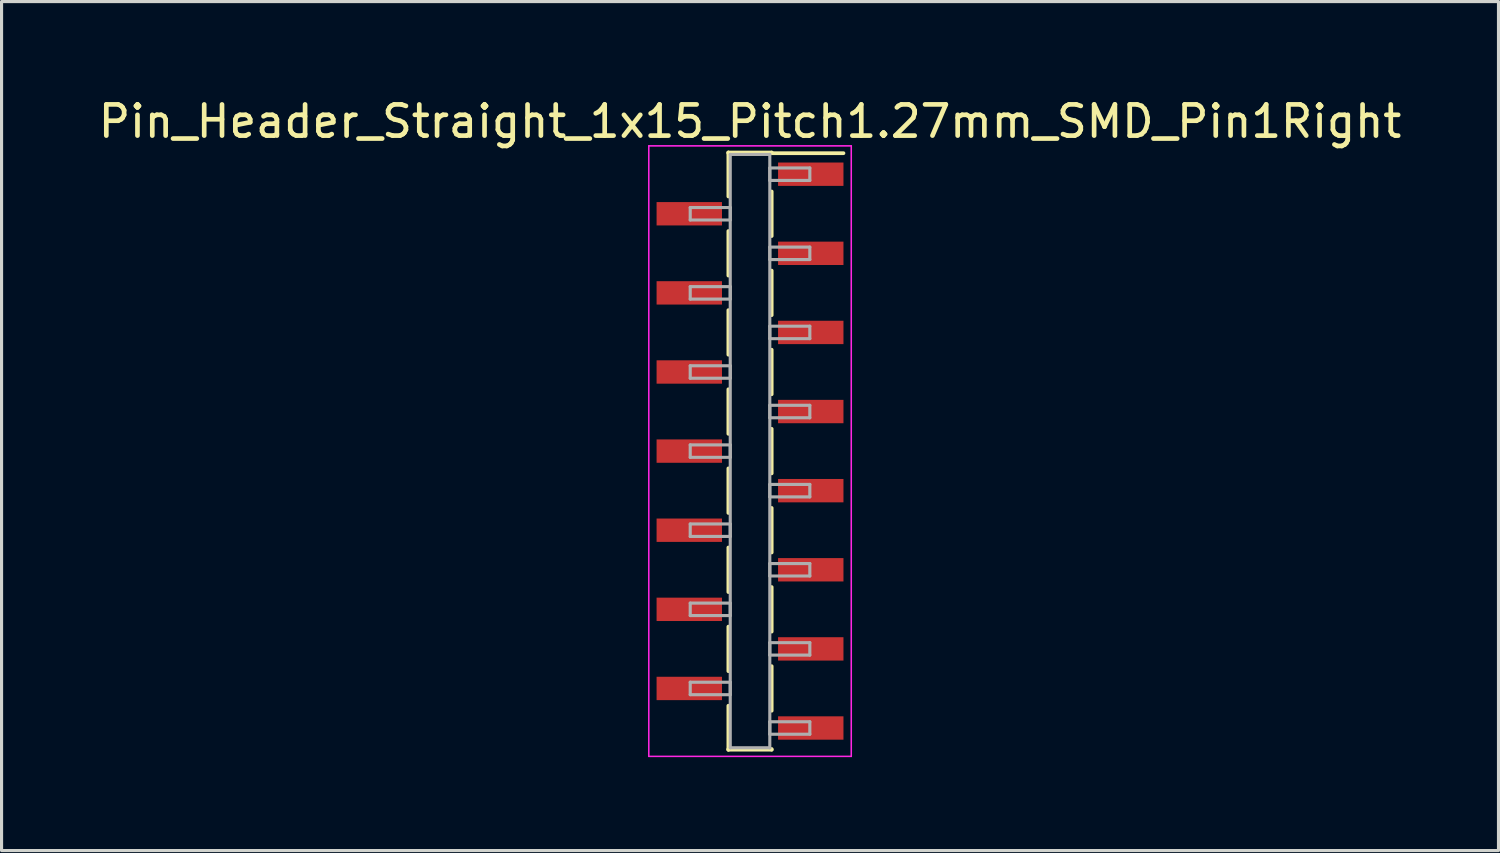
<source format=kicad_pcb>
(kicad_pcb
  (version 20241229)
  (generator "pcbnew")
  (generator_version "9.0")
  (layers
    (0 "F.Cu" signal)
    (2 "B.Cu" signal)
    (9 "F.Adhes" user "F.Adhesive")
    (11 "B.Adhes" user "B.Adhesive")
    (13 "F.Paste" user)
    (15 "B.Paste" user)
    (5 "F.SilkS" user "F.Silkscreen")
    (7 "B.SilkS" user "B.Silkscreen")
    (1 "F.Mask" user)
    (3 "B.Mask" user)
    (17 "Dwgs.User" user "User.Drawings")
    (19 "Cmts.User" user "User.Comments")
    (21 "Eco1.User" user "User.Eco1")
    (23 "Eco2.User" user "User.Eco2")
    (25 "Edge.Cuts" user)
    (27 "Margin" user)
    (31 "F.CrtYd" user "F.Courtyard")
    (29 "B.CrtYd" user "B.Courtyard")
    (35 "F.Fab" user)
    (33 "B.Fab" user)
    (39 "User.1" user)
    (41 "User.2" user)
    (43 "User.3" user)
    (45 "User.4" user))
  (footprint "Pin_Header_Straight_1x15_Pitch1.27mm_SMD_Pin1Right"
    (layer "F.Cu")
    (at 21.03 11.433)
    (property "Reference" "Pin_Header_Straight_1x15_Pitch1.27mm_SMD_Pin1Right" (at 0 -10.585 0) (layer "F.SilkS") (effects (font (size 1 1) (thickness 0.15))))
    (attr smd)
    (fp_line (start -0.695 -9.585) (end -0.695 -8.175) (stroke (width 0.12) (type solid)) (layer "F.SilkS"))
    (fp_line (start -0.695 -9.585) (end 0.695 -9.585) (stroke (width 0.12) (type solid)) (layer "F.SilkS"))
    (fp_line (start -0.695 -9.565) (end -0.695 -9.585) (stroke (width 0.12) (type solid)) (layer "F.SilkS"))
    (fp_line (start -0.695 -7.065) (end -0.695 -5.635) (stroke (width 0.12) (type solid)) (layer "F.SilkS"))
    (fp_line (start -0.695 -4.525) (end -0.695 -3.095) (stroke (width 0.12) (type solid)) (layer "F.SilkS"))
    (fp_line (start -0.695 -1.985) (end -0.695 -0.555) (stroke (width 0.12) (type solid)) (layer "F.SilkS"))
    (fp_line (start -0.695 0.555) (end -0.695 1.985) (stroke (width 0.12) (type solid)) (layer "F.SilkS"))
    (fp_line (start -0.695 3.095) (end -0.695 4.525) (stroke (width 0.12) (type solid)) (layer "F.SilkS"))
    (fp_line (start -0.695 5.635) (end -0.695 7.065) (stroke (width 0.12) (type solid)) (layer "F.SilkS"))
    (fp_line (start -0.695 8.175) (end -0.695 9.585) (stroke (width 0.12) (type solid)) (layer "F.SilkS"))
    (fp_line (start -0.695 9.565) (end -0.695 9.585) (stroke (width 0.12) (type solid)) (layer "F.SilkS"))
    (fp_line (start -0.695 9.585) (end 0.695 9.585) (stroke (width 0.12) (type solid)) (layer "F.SilkS"))
    (fp_line (start 0.695 -9.585) (end 0.695 -9.565) (stroke (width 0.12) (type solid)) (layer "F.SilkS"))
    (fp_line (start 0.695 -9.565) (end 3 -9.565) (stroke (width 0.12) (type solid)) (layer "F.SilkS"))
    (fp_line (start 0.695 -8.335) (end 0.695 -6.905) (stroke (width 0.12) (type solid)) (layer "F.SilkS"))
    (fp_line (start 0.695 -5.795) (end 0.695 -4.365) (stroke (width 0.12) (type solid)) (layer "F.SilkS"))
    (fp_line (start 0.695 -3.255) (end 0.695 -1.825) (stroke (width 0.12) (type solid)) (layer "F.SilkS"))
    (fp_line (start 0.695 -0.715) (end 0.695 0.715) (stroke (width 0.12) (type solid)) (layer "F.SilkS"))
    (fp_line (start 0.695 1.825) (end 0.695 3.255) (stroke (width 0.12) (type solid)) (layer "F.SilkS"))
    (fp_line (start 0.695 4.365) (end 0.695 5.795) (stroke (width 0.12) (type solid)) (layer "F.SilkS"))
    (fp_line (start 0.695 6.905) (end 0.695 8.335) (stroke (width 0.12) (type solid)) (layer "F.SilkS"))
    (fp_line (start 0.695 9.585) (end 0.695 9.565) (stroke (width 0.12) (type solid)) (layer "F.SilkS"))
    (fp_line (start -3.25 -9.8) (end -3.25 9.8) (stroke (width 0.05) (type solid)) (layer "F.CrtYd"))
    (fp_line (start -3.25 9.8) (end 3.25 9.8) (stroke (width 0.05) (type solid)) (layer "F.CrtYd"))
    (fp_line (start 3.25 -9.8) (end -3.25 -9.8) (stroke (width 0.05) (type solid)) (layer "F.CrtYd"))
    (fp_line (start 3.25 9.8) (end 3.25 -9.8) (stroke (width 0.05) (type solid)) (layer "F.CrtYd"))
    (fp_line (start -1.92 -7.82) (end -0.635 -7.82) (stroke (width 0.1) (type solid)) (layer "F.Fab"))
    (fp_line (start -1.92 -7.42) (end -1.92 -7.82) (stroke (width 0.1) (type solid)) (layer "F.Fab"))
    (fp_line (start -1.92 -5.28) (end -0.635 -5.28) (stroke (width 0.1) (type solid)) (layer "F.Fab"))
    (fp_line (start -1.92 -4.88) (end -1.92 -5.28) (stroke (width 0.1) (type solid)) (layer "F.Fab"))
    (fp_line (start -1.92 -2.74) (end -0.635 -2.74) (stroke (width 0.1) (type solid)) (layer "F.Fab"))
    (fp_line (start -1.92 -2.34) (end -1.92 -2.74) (stroke (width 0.1) (type solid)) (layer "F.Fab"))
    (fp_line (start -1.92 -0.2) (end -0.635 -0.2) (stroke (width 0.1) (type solid)) (layer "F.Fab"))
    (fp_line (start -1.92 0.2) (end -1.92 -0.2) (stroke (width 0.1) (type solid)) (layer "F.Fab"))
    (fp_line (start -1.92 2.34) (end -0.635 2.34) (stroke (width 0.1) (type solid)) (layer "F.Fab"))
    (fp_line (start -1.92 2.74) (end -1.92 2.34) (stroke (width 0.1) (type solid)) (layer "F.Fab"))
    (fp_line (start -1.92 4.88) (end -0.635 4.88) (stroke (width 0.1) (type solid)) (layer "F.Fab"))
    (fp_line (start -1.92 5.28) (end -1.92 4.88) (stroke (width 0.1) (type solid)) (layer "F.Fab"))
    (fp_line (start -1.92 7.42) (end -0.635 7.42) (stroke (width 0.1) (type solid)) (layer "F.Fab"))
    (fp_line (start -1.92 7.82) (end -1.92 7.42) (stroke (width 0.1) (type solid)) (layer "F.Fab"))
    (fp_line (start -0.635 -9.525) (end -0.635 9.525) (stroke (width 0.1) (type solid)) (layer "F.Fab"))
    (fp_line (start -0.635 -7.82) (end -0.635 -7.42) (stroke (width 0.1) (type solid)) (layer "F.Fab"))
    (fp_line (start -0.635 -7.42) (end -1.92 -7.42) (stroke (width 0.1) (type solid)) (layer "F.Fab"))
    (fp_line (start -0.635 -5.28) (end -0.635 -4.88) (stroke (width 0.1) (type solid)) (layer "F.Fab"))
    (fp_line (start -0.635 -4.88) (end -1.92 -4.88) (stroke (width 0.1) (type solid)) (layer "F.Fab"))
    (fp_line (start -0.635 -2.74) (end -0.635 -2.34) (stroke (width 0.1) (type solid)) (layer "F.Fab"))
    (fp_line (start -0.635 -2.34) (end -1.92 -2.34) (stroke (width 0.1) (type solid)) (layer "F.Fab"))
    (fp_line (start -0.635 -0.2) (end -0.635 0.2) (stroke (width 0.1) (type solid)) (layer "F.Fab"))
    (fp_line (start -0.635 0.2) (end -1.92 0.2) (stroke (width 0.1) (type solid)) (layer "F.Fab"))
    (fp_line (start -0.635 2.34) (end -0.635 2.74) (stroke (width 0.1) (type solid)) (layer "F.Fab"))
    (fp_line (start -0.635 2.74) (end -1.92 2.74) (stroke (width 0.1) (type solid)) (layer "F.Fab"))
    (fp_line (start -0.635 4.88) (end -0.635 5.28) (stroke (width 0.1) (type solid)) (layer "F.Fab"))
    (fp_line (start -0.635 5.28) (end -1.92 5.28) (stroke (width 0.1) (type solid)) (layer "F.Fab"))
    (fp_line (start -0.635 7.42) (end -0.635 7.82) (stroke (width 0.1) (type solid)) (layer "F.Fab"))
    (fp_line (start -0.635 7.82) (end -1.92 7.82) (stroke (width 0.1) (type solid)) (layer "F.Fab"))
    (fp_line (start -0.635 9.525) (end 0.635 9.525) (stroke (width 0.1) (type solid)) (layer "F.Fab"))
    (fp_line (start 0.635 -9.525) (end -0.635 -9.525) (stroke (width 0.1) (type solid)) (layer "F.Fab"))
    (fp_line (start 0.635 -9.09) (end 0.635 -8.69) (stroke (width 0.1) (type solid)) (layer "F.Fab"))
    (fp_line (start 0.635 -8.69) (end 1.92 -8.69) (stroke (width 0.1) (type solid)) (layer "F.Fab"))
    (fp_line (start 0.635 -6.55) (end 0.635 -6.15) (stroke (width 0.1) (type solid)) (layer "F.Fab"))
    (fp_line (start 0.635 -6.15) (end 1.92 -6.15) (stroke (width 0.1) (type solid)) (layer "F.Fab"))
    (fp_line (start 0.635 -4.01) (end 0.635 -3.61) (stroke (width 0.1) (type solid)) (layer "F.Fab"))
    (fp_line (start 0.635 -3.61) (end 1.92 -3.61) (stroke (width 0.1) (type solid)) (layer "F.Fab"))
    (fp_line (start 0.635 -1.47) (end 0.635 -1.07) (stroke (width 0.1) (type solid)) (layer "F.Fab"))
    (fp_line (start 0.635 -1.07) (end 1.92 -1.07) (stroke (width 0.1) (type solid)) (layer "F.Fab"))
    (fp_line (start 0.635 1.07) (end 0.635 1.47) (stroke (width 0.1) (type solid)) (layer "F.Fab"))
    (fp_line (start 0.635 1.47) (end 1.92 1.47) (stroke (width 0.1) (type solid)) (layer "F.Fab"))
    (fp_line (start 0.635 3.61) (end 0.635 4.01) (stroke (width 0.1) (type solid)) (layer "F.Fab"))
    (fp_line (start 0.635 4.01) (end 1.92 4.01) (stroke (width 0.1) (type solid)) (layer "F.Fab"))
    (fp_line (start 0.635 6.15) (end 0.635 6.55) (stroke (width 0.1) (type solid)) (layer "F.Fab"))
    (fp_line (start 0.635 6.55) (end 1.92 6.55) (stroke (width 0.1) (type solid)) (layer "F.Fab"))
    (fp_line (start 0.635 8.69) (end 0.635 9.09) (stroke (width 0.1) (type solid)) (layer "F.Fab"))
    (fp_line (start 0.635 9.09) (end 1.92 9.09) (stroke (width 0.1) (type solid)) (layer "F.Fab"))
    (fp_line (start 0.635 9.525) (end 0.635 -9.525) (stroke (width 0.1) (type solid)) (layer "F.Fab"))
    (fp_line (start 1.92 -9.09) (end 0.635 -9.09) (stroke (width 0.1) (type solid)) (layer "F.Fab"))
    (fp_line (start 1.92 -8.69) (end 1.92 -9.09) (stroke (width 0.1) (type solid)) (layer "F.Fab"))
    (fp_line (start 1.92 -6.55) (end 0.635 -6.55) (stroke (width 0.1) (type solid)) (layer "F.Fab"))
    (fp_line (start 1.92 -6.15) (end 1.92 -6.55) (stroke (width 0.1) (type solid)) (layer "F.Fab"))
    (fp_line (start 1.92 -4.01) (end 0.635 -4.01) (stroke (width 0.1) (type solid)) (layer "F.Fab"))
    (fp_line (start 1.92 -3.61) (end 1.92 -4.01) (stroke (width 0.1) (type solid)) (layer "F.Fab"))
    (fp_line (start 1.92 -1.47) (end 0.635 -1.47) (stroke (width 0.1) (type solid)) (layer "F.Fab"))
    (fp_line (start 1.92 -1.07) (end 1.92 -1.47) (stroke (width 0.1) (type solid)) (layer "F.Fab"))
    (fp_line (start 1.92 1.07) (end 0.635 1.07) (stroke (width 0.1) (type solid)) (layer "F.Fab"))
    (fp_line (start 1.92 1.47) (end 1.92 1.07) (stroke (width 0.1) (type solid)) (layer "F.Fab"))
    (fp_line (start 1.92 3.61) (end 0.635 3.61) (stroke (width 0.1) (type solid)) (layer "F.Fab"))
    (fp_line (start 1.92 4.01) (end 1.92 3.61) (stroke (width 0.1) (type solid)) (layer "F.Fab"))
    (fp_line (start 1.92 6.15) (end 0.635 6.15) (stroke (width 0.1) (type solid)) (layer "F.Fab"))
    (fp_line (start 1.92 6.55) (end 1.92 6.15) (stroke (width 0.1) (type solid)) (layer "F.Fab"))
    (fp_line (start 1.92 8.69) (end 0.635 8.69) (stroke (width 0.1) (type solid)) (layer "F.Fab"))
    (fp_line (start 1.92 9.09) (end 1.92 8.69) (stroke (width 0.1) (type solid)) (layer "F.Fab"))
    (pad "1" smd rect (at 1.95 -8.89) (size 2.1 0.75) (layers "F.Cu" "F.Mask"))
    (pad "2" smd rect (at -1.95 -7.62) (size 2.1 0.75) (layers "F.Cu" "F.Mask"))
    (pad "3" smd rect (at 1.95 -6.35) (size 2.1 0.75) (layers "F.Cu" "F.Mask"))
    (pad "4" smd rect (at -1.95 -5.08) (size 2.1 0.75) (layers "F.Cu" "F.Mask"))
    (pad "5" smd rect (at 1.95 -3.81) (size 2.1 0.75) (layers "F.Cu" "F.Mask"))
    (pad "6" smd rect (at -1.95 -2.54) (size 2.1 0.75) (layers "F.Cu" "F.Mask"))
    (pad "7" smd rect (at 1.95 -1.27) (size 2.1 0.75) (layers "F.Cu" "F.Mask"))
    (pad "8" smd rect (at -1.95 0) (size 2.1 0.75) (layers "F.Cu" "F.Mask"))
    (pad "9" smd rect (at 1.95 1.27) (size 2.1 0.75) (layers "F.Cu" "F.Mask"))
    (pad "10" smd rect (at -1.95 2.54) (size 2.1 0.75) (layers "F.Cu" "F.Mask"))
    (pad "11" smd rect (at 1.95 3.81) (size 2.1 0.75) (layers "F.Cu" "F.Mask"))
    (pad "12" smd rect (at -1.95 5.08) (size 2.1 0.75) (layers "F.Cu" "F.Mask"))
    (pad "13" smd rect (at 1.95 6.35) (size 2.1 0.75) (layers "F.Cu" "F.Mask"))
    (pad "14" smd rect (at -1.95 7.62) (size 2.1 0.75) (layers "F.Cu" "F.Mask"))
    (pad "15" smd rect (at 1.95 8.89) (size 2.1 0.75) (layers "F.Cu" "F.Mask")))
  (gr_rect
    (start -3 -3)
    (end 45.06 24.258)
    (stroke (width 0.1) (type default))
    (fill no)
    (layer "Edge.Cuts")))
</source>
